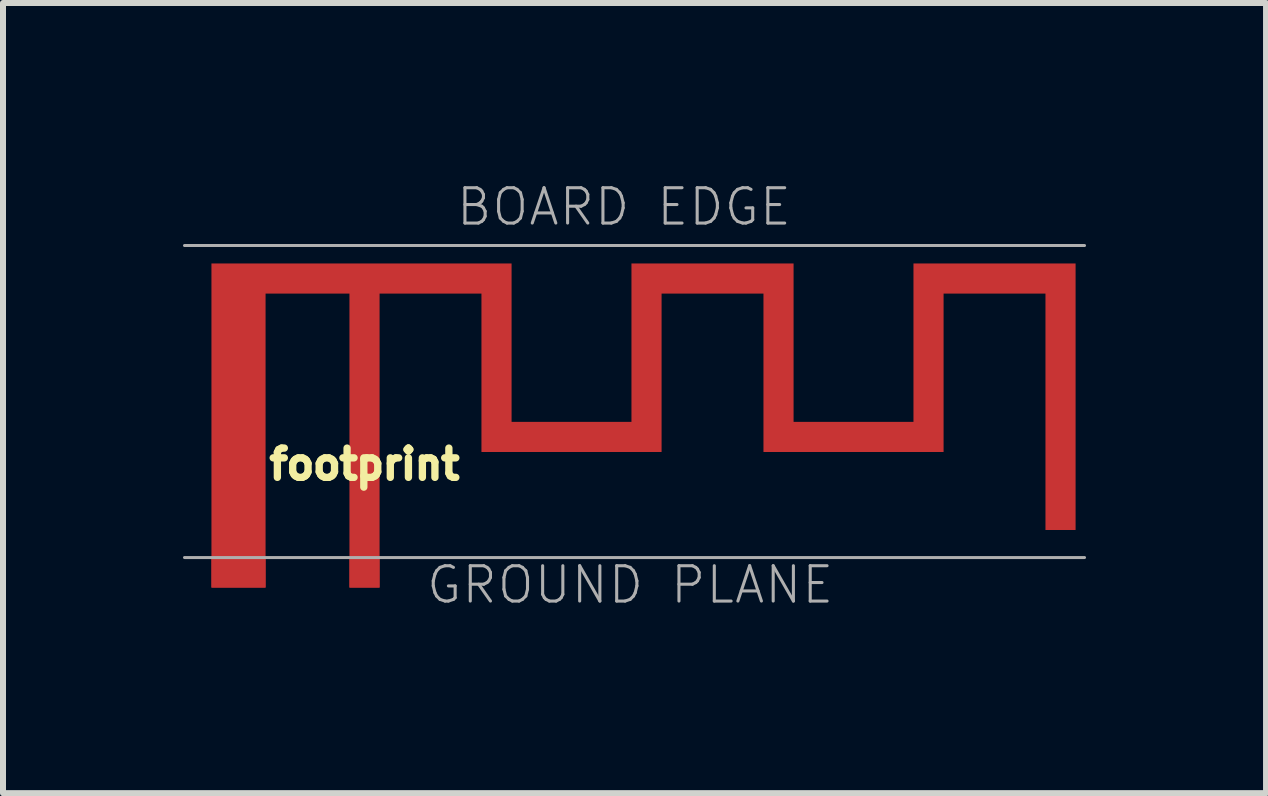
<source format=kicad_pcb>
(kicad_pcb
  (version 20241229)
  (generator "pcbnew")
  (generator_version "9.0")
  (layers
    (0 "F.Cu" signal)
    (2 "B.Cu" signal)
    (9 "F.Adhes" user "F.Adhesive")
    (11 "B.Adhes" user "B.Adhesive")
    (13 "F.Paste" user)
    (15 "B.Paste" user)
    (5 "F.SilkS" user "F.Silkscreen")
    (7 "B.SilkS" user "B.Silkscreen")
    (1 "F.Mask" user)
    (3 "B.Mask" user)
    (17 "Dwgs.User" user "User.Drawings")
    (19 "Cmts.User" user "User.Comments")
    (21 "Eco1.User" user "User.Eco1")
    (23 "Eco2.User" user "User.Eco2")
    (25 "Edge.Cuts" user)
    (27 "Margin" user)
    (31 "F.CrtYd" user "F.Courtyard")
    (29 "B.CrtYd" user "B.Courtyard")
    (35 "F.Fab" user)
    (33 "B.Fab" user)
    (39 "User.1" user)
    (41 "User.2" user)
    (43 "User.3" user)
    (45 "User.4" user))
  (footprint "footprint"
    (layer "F.Cu")
    (at 3.025 6.242)
    (property "Reference" "footprint" (at 0 -1.27 0) (layer "F.SilkS") (effects (font (size 0.488 0.488) (thickness 0.122)) (justify bottom)))
    (fp_poly (pts (xy 2.451 -2.261) (xy 4.449 -2.261) (xy 4.449 -4.901) (xy 7.151 -4.901) (xy 7.151 -2.261) (xy 9.149 -2.261) (xy 9.149 -4.901) (xy 11.851 -4.901) (xy 11.851 -0.459) (xy 11.349 -0.459) (xy 11.349 -4.399) (xy 9.651 -4.399) (xy 9.651 -1.759) (xy 6.649 -1.759) (xy 6.649 -4.399) (xy 4.951 -4.399) (xy 4.951 -1.759) (xy 1.949 -1.759) (xy 1.949 -4.399) (xy 0.251 -4.399) (xy 0.251 0.501) (xy -0.251 0.501) (xy -0.251 -4.399) (xy -1.649 -4.399) (xy -1.649 0.501) (xy -2.551 0.501) (xy -2.551 -4.901) (xy 2.451 -4.901)) (stroke (width 0) (type solid)) (fill yes) (layer "F.Cu"))
    (fp_line (start -3 -5.2) (end 12 -5.2) (stroke (width 0.05) (type solid)) (layer "F.Fab"))
    (fp_line (start -3 0) (end 12 0) (stroke (width 0.05) (type solid)) (layer "F.Fab"))
    (fp_text user "GROUND PLANE" (at 1 0.8 0) (layer "F.Fab") (effects (font (size 0.589 0.589) (thickness 0.051)) (justify left bottom)))
    (fp_text user "BOARD EDGE" (at 1.5 -5.5 0) (layer "F.Fab") (effects (font (size 0.589 0.589) (thickness 0.051)) (justify left bottom)))
    (pad "ANT" smd rect (at 0 0.25) (size 0.5 0.5) (layers "F.Cu"))
    (pad "GND" smd rect (at -2.1 0.25) (size 0.9 0.5) (layers "F.Cu")))
  (gr_rect
    (start -3 -3)
    (end 18.05 10.169)
    (stroke (width 0.1) (type default))
    (fill no)
    (layer "Edge.Cuts")))
</source>
